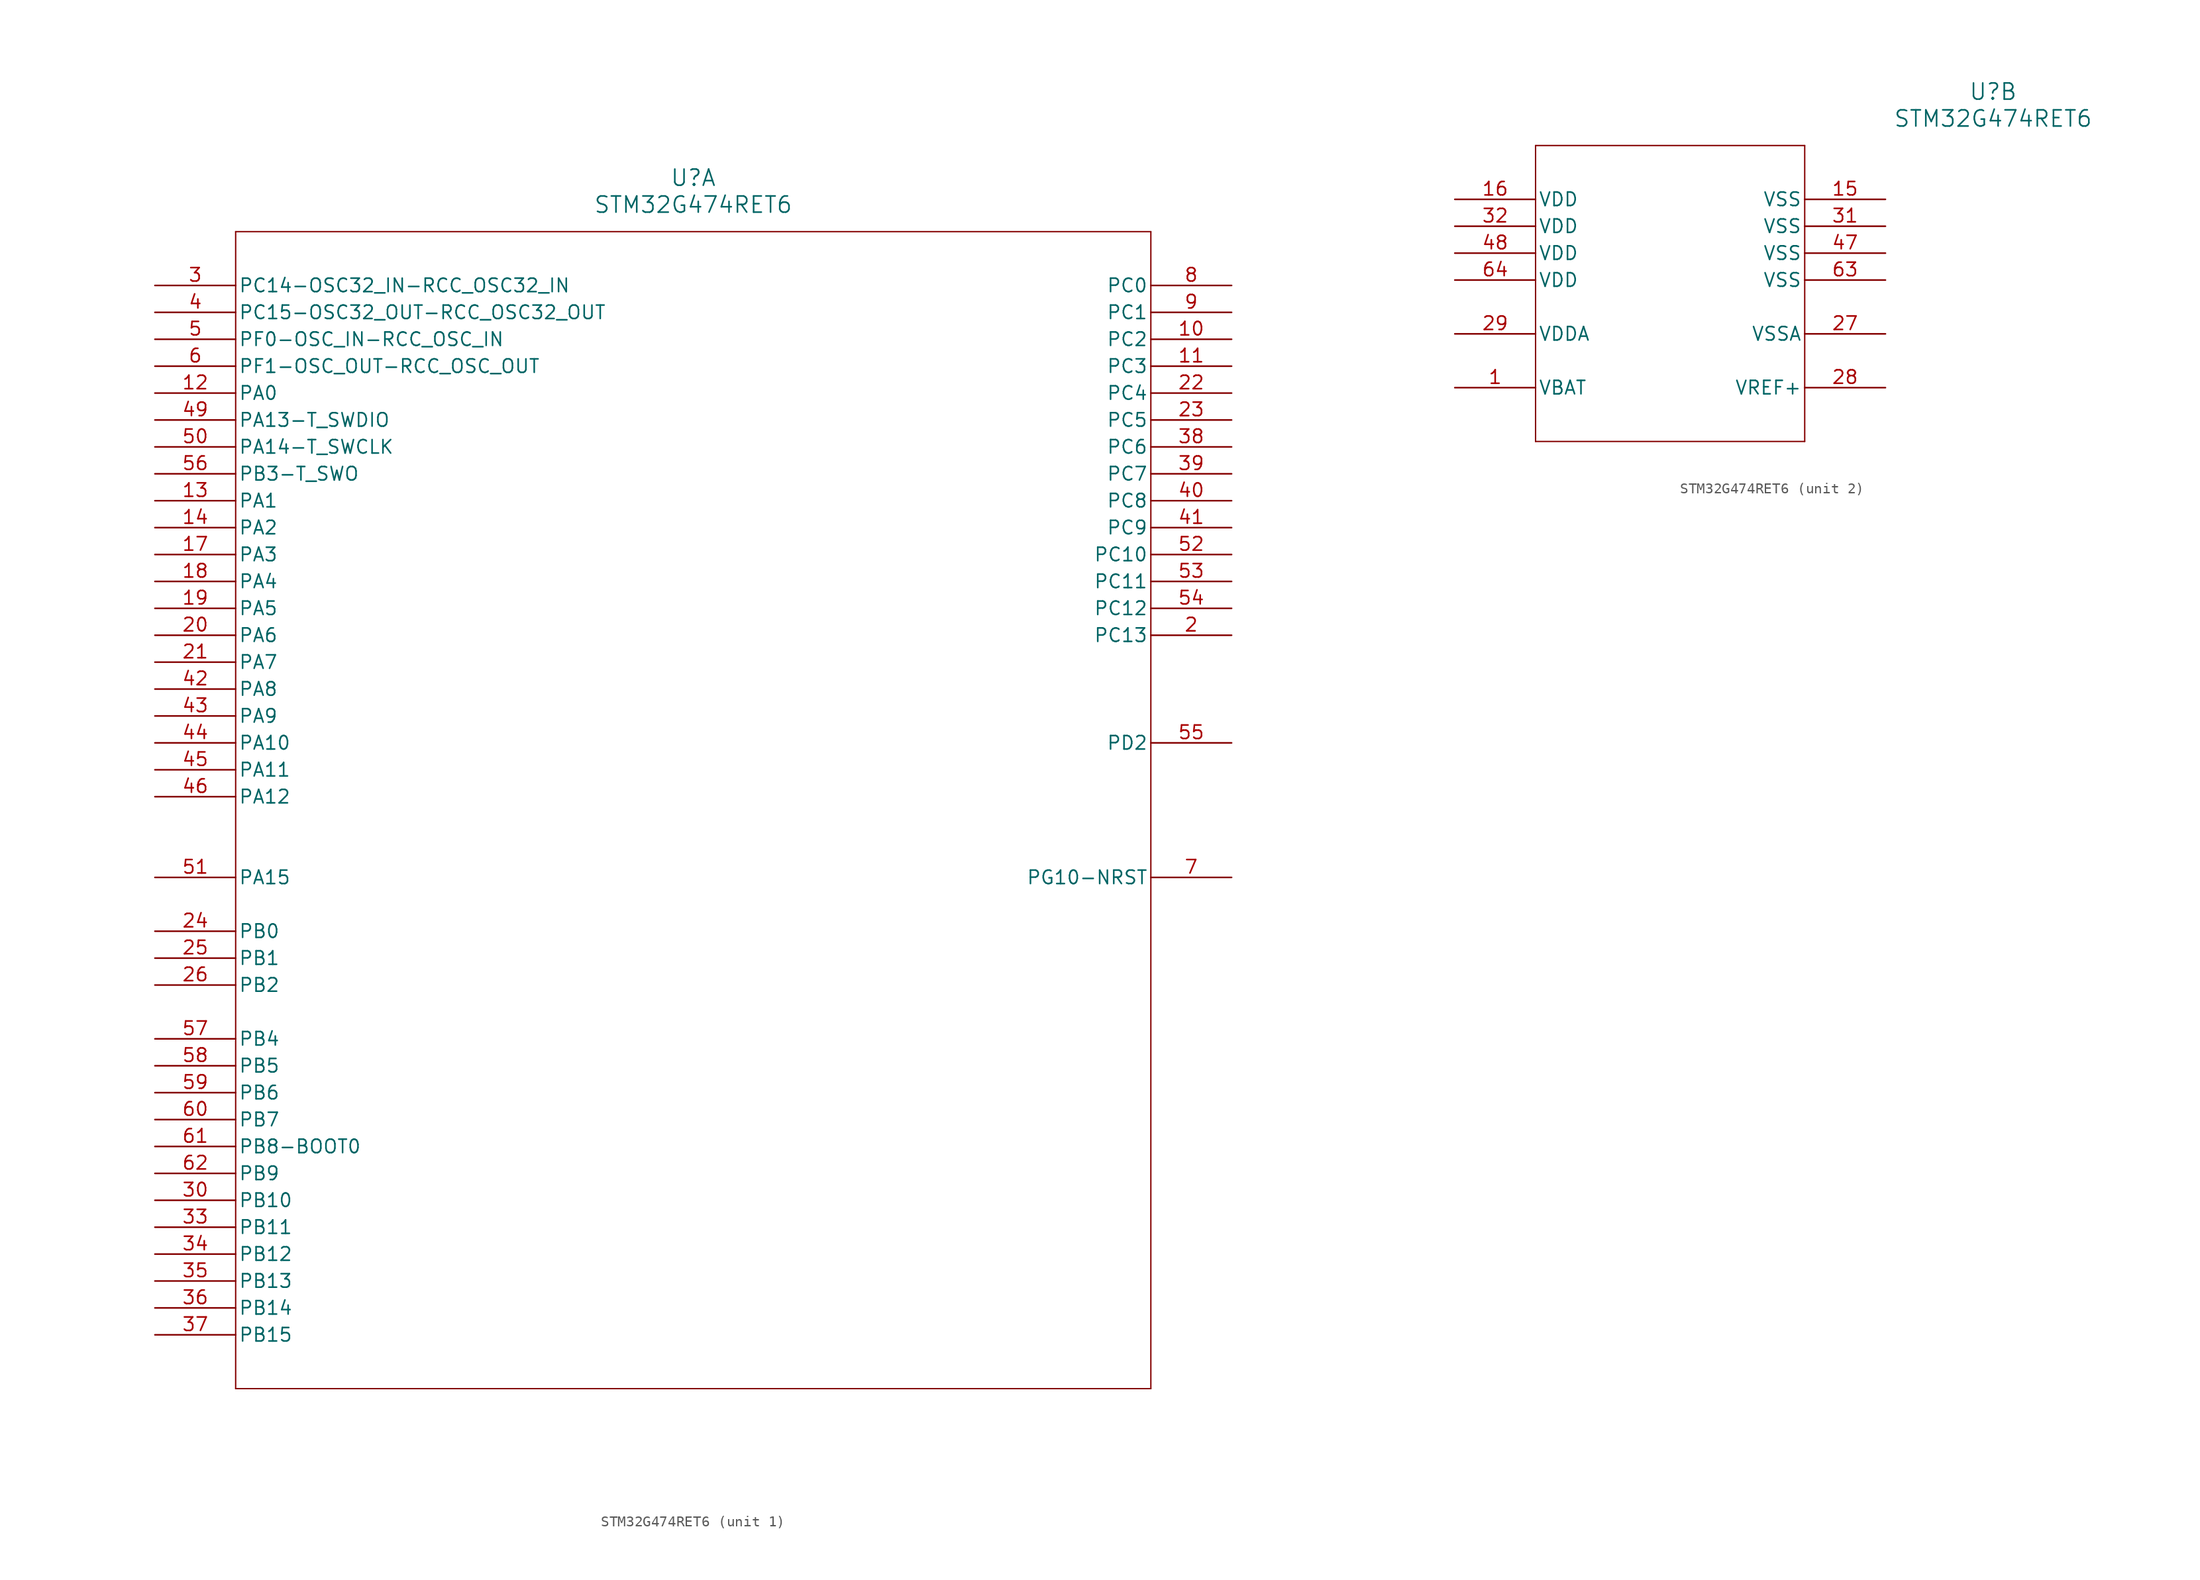
<source format=kicad_sym>
(kicad_symbol_lib
  (version 20211014)
  (generator kicad_symbol_editor)
  (symbol "STM32G474RET6"
    (pin_names
      (offset 0.254))
    (property "Reference" "U"
      (at 50.8 10.16 0)
      (effects (font (size 1.524 1.524))))
    (property "Value" "STM32G474RET6"
      (at 50.8 7.62 0)
      (effects (font (size 1.524 1.524))))
    (symbol "STM32G474RET6_1_1"
      (polyline (pts (xy 7.62 5.08) (xy 7.62 -104.14)) (stroke (width 0.127) (type default) (color 0 0 0 0)) (fill (type none)))
      (polyline (pts (xy 7.62 -104.14) (xy 93.98 -104.14)) (stroke (width 0.127) (type default) (color 0 0 0 0)) (fill (type none)))
      (polyline (pts (xy 93.98 -104.14) (xy 93.98 5.08)) (stroke (width 0.127) (type default) (color 0 0 0 0)) (fill (type none)))
      (polyline (pts (xy 93.98 5.08) (xy 7.62 5.08)) (stroke (width 0.127) (type default) (color 0 0 0 0)) (fill (type none)))
      (pin bidirectional line (at 101.6 -33.02 180) (length 7.62) (name "PC13" (effects (font (size 1.27 1.27)))) (number "2" (effects (font (size 1.27 1.27)))))
      (pin unspecified line (at 0 0 0) (length 7.62) (name "PC14-OSC32_IN-RCC_OSC32_IN" (effects (font (size 1.27 1.27)))) (number "3" (effects (font (size 1.27 1.27)))))
      (pin unspecified line (at 0 -2.54 0) (length 7.62) (name "PC15-OSC32_OUT-RCC_OSC32_OUT" (effects (font (size 1.27 1.27)))) (number "4" (effects (font (size 1.27 1.27)))))
      (pin unspecified line (at 0 -5.08 0) (length 7.62) (name "PF0-OSC_IN-RCC_OSC_IN" (effects (font (size 1.27 1.27)))) (number "5" (effects (font (size 1.27 1.27)))))
      (pin unspecified line (at 0 -7.62 0) (length 7.62) (name "PF1-OSC_OUT-RCC_OSC_OUT" (effects (font (size 1.27 1.27)))) (number "6" (effects (font (size 1.27 1.27)))))
      (pin bidirectional line (at 101.6 -55.88 180) (length 7.62) (name "PG10-NRST" (effects (font (size 1.27 1.27)))) (number "7" (effects (font (size 1.27 1.27)))))
      (pin bidirectional line (at 101.6 0 180) (length 7.62) (name "PC0" (effects (font (size 1.27 1.27)))) (number "8" (effects (font (size 1.27 1.27)))))
      (pin bidirectional line (at 101.6 -2.54 180) (length 7.62) (name "PC1" (effects (font (size 1.27 1.27)))) (number "9" (effects (font (size 1.27 1.27)))))
      (pin bidirectional line (at 101.6 -5.08 180) (length 7.62) (name "PC2" (effects (font (size 1.27 1.27)))) (number "10" (effects (font (size 1.27 1.27)))))
      (pin bidirectional line (at 101.6 -7.62 180) (length 7.62) (name "PC3" (effects (font (size 1.27 1.27)))) (number "11" (effects (font (size 1.27 1.27)))))
      (pin bidirectional line (at 0 -10.16 0) (length 7.62) (name "PA0" (effects (font (size 1.27 1.27)))) (number "12" (effects (font (size 1.27 1.27)))))
      (pin bidirectional line (at 0 -20.32 0) (length 7.62) (name "PA1" (effects (font (size 1.27 1.27)))) (number "13" (effects (font (size 1.27 1.27)))))
      (pin bidirectional line (at 0 -22.86 0) (length 7.62) (name "PA2" (effects (font (size 1.27 1.27)))) (number "14" (effects (font (size 1.27 1.27)))))
      (pin bidirectional line (at 0 -25.4 0) (length 7.62) (name "PA3" (effects (font (size 1.27 1.27)))) (number "17" (effects (font (size 1.27 1.27)))))
      (pin bidirectional line (at 0 -27.94 0) (length 7.62) (name "PA4" (effects (font (size 1.27 1.27)))) (number "18" (effects (font (size 1.27 1.27)))))
      (pin bidirectional line (at 0 -30.48 0) (length 7.62) (name "PA5" (effects (font (size 1.27 1.27)))) (number "19" (effects (font (size 1.27 1.27)))))
      (pin bidirectional line (at 0 -33.02 0) (length 7.62) (name "PA6" (effects (font (size 1.27 1.27)))) (number "20" (effects (font (size 1.27 1.27)))))
      (pin bidirectional line (at 0 -35.56 0) (length 7.62) (name "PA7" (effects (font (size 1.27 1.27)))) (number "21" (effects (font (size 1.27 1.27)))))
      (pin bidirectional line (at 101.6 -10.16 180) (length 7.62) (name "PC4" (effects (font (size 1.27 1.27)))) (number "22" (effects (font (size 1.27 1.27)))))
      (pin bidirectional line (at 101.6 -12.7 180) (length 7.62) (name "PC5" (effects (font (size 1.27 1.27)))) (number "23" (effects (font (size 1.27 1.27)))))
      (pin bidirectional line (at 0 -60.96 0) (length 7.62) (name "PB0" (effects (font (size 1.27 1.27)))) (number "24" (effects (font (size 1.27 1.27)))))
      (pin bidirectional line (at 0 -63.5 0) (length 7.62) (name "PB1" (effects (font (size 1.27 1.27)))) (number "25" (effects (font (size 1.27 1.27)))))
      (pin bidirectional line (at 0 -66.04 0) (length 7.62) (name "PB2" (effects (font (size 1.27 1.27)))) (number "26" (effects (font (size 1.27 1.27)))))
      (pin bidirectional line (at 0 -86.36 0) (length 7.62) (name "PB10" (effects (font (size 1.27 1.27)))) (number "30" (effects (font (size 1.27 1.27)))))
      (pin bidirectional line (at 0 -88.9 0) (length 7.62) (name "PB11" (effects (font (size 1.27 1.27)))) (number "33" (effects (font (size 1.27 1.27)))))
      (pin bidirectional line (at 0 -91.44 0) (length 7.62) (name "PB12" (effects (font (size 1.27 1.27)))) (number "34" (effects (font (size 1.27 1.27)))))
      (pin bidirectional line (at 0 -93.98 0) (length 7.62) (name "PB13" (effects (font (size 1.27 1.27)))) (number "35" (effects (font (size 1.27 1.27)))))
      (pin bidirectional line (at 0 -96.52 0) (length 7.62) (name "PB14" (effects (font (size 1.27 1.27)))) (number "36" (effects (font (size 1.27 1.27)))))
      (pin bidirectional line (at 0 -99.06 0) (length 7.62) (name "PB15" (effects (font (size 1.27 1.27)))) (number "37" (effects (font (size 1.27 1.27)))))
      (pin bidirectional line (at 101.6 -15.24 180) (length 7.62) (name "PC6" (effects (font (size 1.27 1.27)))) (number "38" (effects (font (size 1.27 1.27)))))
      (pin bidirectional line (at 101.6 -17.78 180) (length 7.62) (name "PC7" (effects (font (size 1.27 1.27)))) (number "39" (effects (font (size 1.27 1.27)))))
      (pin bidirectional line (at 101.6 -20.32 180) (length 7.62) (name "PC8" (effects (font (size 1.27 1.27)))) (number "40" (effects (font (size 1.27 1.27)))))
      (pin bidirectional line (at 101.6 -22.86 180) (length 7.62) (name "PC9" (effects (font (size 1.27 1.27)))) (number "41" (effects (font (size 1.27 1.27)))))
      (pin bidirectional line (at 0 -38.1 0) (length 7.62) (name "PA8" (effects (font (size 1.27 1.27)))) (number "42" (effects (font (size 1.27 1.27)))))
      (pin bidirectional line (at 0 -40.64 0) (length 7.62) (name "PA9" (effects (font (size 1.27 1.27)))) (number "43" (effects (font (size 1.27 1.27)))))
      (pin bidirectional line (at 0 -43.18 0) (length 7.62) (name "PA10" (effects (font (size 1.27 1.27)))) (number "44" (effects (font (size 1.27 1.27)))))
      (pin bidirectional line (at 0 -45.72 0) (length 7.62) (name "PA11" (effects (font (size 1.27 1.27)))) (number "45" (effects (font (size 1.27 1.27)))))
      (pin bidirectional line (at 0 -48.26 0) (length 7.62) (name "PA12" (effects (font (size 1.27 1.27)))) (number "46" (effects (font (size 1.27 1.27)))))
      (pin unspecified line (at 0 -12.7 0) (length 7.62) (name "PA13-T_SWDIO" (effects (font (size 1.27 1.27)))) (number "49" (effects (font (size 1.27 1.27)))))
      (pin unspecified line (at 0 -15.24 0) (length 7.62) (name "PA14-T_SWCLK" (effects (font (size 1.27 1.27)))) (number "50" (effects (font (size 1.27 1.27)))))
      (pin bidirectional line (at 0 -55.88 0) (length 7.62) (name "PA15" (effects (font (size 1.27 1.27)))) (number "51" (effects (font (size 1.27 1.27)))))
      (pin bidirectional line (at 101.6 -25.4 180) (length 7.62) (name "PC10" (effects (font (size 1.27 1.27)))) (number "52" (effects (font (size 1.27 1.27)))))
      (pin bidirectional line (at 101.6 -27.94 180) (length 7.62) (name "PC11" (effects (font (size 1.27 1.27)))) (number "53" (effects (font (size 1.27 1.27)))))
      (pin bidirectional line (at 101.6 -30.48 180) (length 7.62) (name "PC12" (effects (font (size 1.27 1.27)))) (number "54" (effects (font (size 1.27 1.27)))))
      (pin bidirectional line (at 101.6 -43.18 180) (length 7.62) (name "PD2" (effects (font (size 1.27 1.27)))) (number "55" (effects (font (size 1.27 1.27)))))
      (pin unspecified line (at 0 -17.78 0) (length 7.62) (name "PB3-T_SWO" (effects (font (size 1.27 1.27)))) (number "56" (effects (font (size 1.27 1.27)))))
      (pin bidirectional line (at 0 -71.12 0) (length 7.62) (name "PB4" (effects (font (size 1.27 1.27)))) (number "57" (effects (font (size 1.27 1.27)))))
      (pin bidirectional line (at 0 -73.66 0) (length 7.62) (name "PB5" (effects (font (size 1.27 1.27)))) (number "58" (effects (font (size 1.27 1.27)))))
      (pin bidirectional line (at 0 -76.2 0) (length 7.62) (name "PB6" (effects (font (size 1.27 1.27)))) (number "59" (effects (font (size 1.27 1.27)))))
      (pin bidirectional line (at 0 -78.74 0) (length 7.62) (name "PB7" (effects (font (size 1.27 1.27)))) (number "60" (effects (font (size 1.27 1.27)))))
      (pin bidirectional line (at 0 -81.28 0) (length 7.62) (name "PB8-BOOT0" (effects (font (size 1.27 1.27)))) (number "61" (effects (font (size 1.27 1.27)))))
      (pin bidirectional line (at 0 -83.82 0) (length 7.62) (name "PB9" (effects (font (size 1.27 1.27)))) (number "62" (effects (font (size 1.27 1.27))))))
    (symbol "STM32G474RET6_2_1"
      (polyline (pts (xy 7.62 5.08) (xy 7.62 -22.86)) (stroke (width 0.127) (type default) (color 0 0 0 0)) (fill (type none)))
      (polyline (pts (xy 7.62 -22.86) (xy 33.02 -22.86)) (stroke (width 0.127) (type default) (color 0 0 0 0)) (fill (type none)))
      (polyline (pts (xy 33.02 -22.86) (xy 33.02 5.08)) (stroke (width 0.127) (type default) (color 0 0 0 0)) (fill (type none)))
      (polyline (pts (xy 33.02 5.08) (xy 7.62 5.08)) (stroke (width 0.127) (type default) (color 0 0 0 0)) (fill (type none)))
      (pin power_in line (at 0 -17.78 0) (length 7.62) (name "VBAT" (effects (font (size 1.27 1.27)))) (number "1" (effects (font (size 1.27 1.27)))))
      (pin power_in line (at 40.64 0 180) (length 7.62) (name "VSS" (effects (font (size 1.27 1.27)))) (number "15" (effects (font (size 1.27 1.27)))))
      (pin power_in line (at 0 0 0) (length 7.62) (name "VDD" (effects (font (size 1.27 1.27)))) (number "16" (effects (font (size 1.27 1.27)))))
      (pin power_in line (at 40.64 -12.7 180) (length 7.62) (name "VSSA" (effects (font (size 1.27 1.27)))) (number "27" (effects (font (size 1.27 1.27)))))
      (pin power_in line (at 40.64 -17.78 180) (length 7.62) (name "VREF+" (effects (font (size 1.27 1.27)))) (number "28" (effects (font (size 1.27 1.27)))))
      (pin power_in line (at 0 -12.7 0) (length 7.62) (name "VDDA" (effects (font (size 1.27 1.27)))) (number "29" (effects (font (size 1.27 1.27)))))
      (pin power_in line (at 40.64 -2.54 180) (length 7.62) (name "VSS" (effects (font (size 1.27 1.27)))) (number "31" (effects (font (size 1.27 1.27)))))
      (pin power_in line (at 0 -2.54 0) (length 7.62) (name "VDD" (effects (font (size 1.27 1.27)))) (number "32" (effects (font (size 1.27 1.27)))))
      (pin power_in line (at 40.64 -5.08 180) (length 7.62) (name "VSS" (effects (font (size 1.27 1.27)))) (number "47" (effects (font (size 1.27 1.27)))))
      (pin power_in line (at 0 -5.08 0) (length 7.62) (name "VDD" (effects (font (size 1.27 1.27)))) (number "48" (effects (font (size 1.27 1.27)))))
      (pin power_in line (at 40.64 -7.62 180) (length 7.62) (name "VSS" (effects (font (size 1.27 1.27)))) (number "63" (effects (font (size 1.27 1.27)))))
      (pin power_in line (at 0 -7.62 0) (length 7.62) (name "VDD" (effects (font (size 1.27 1.27)))) (number "64" (effects (font (size 1.27 1.27))))))))
</source>
